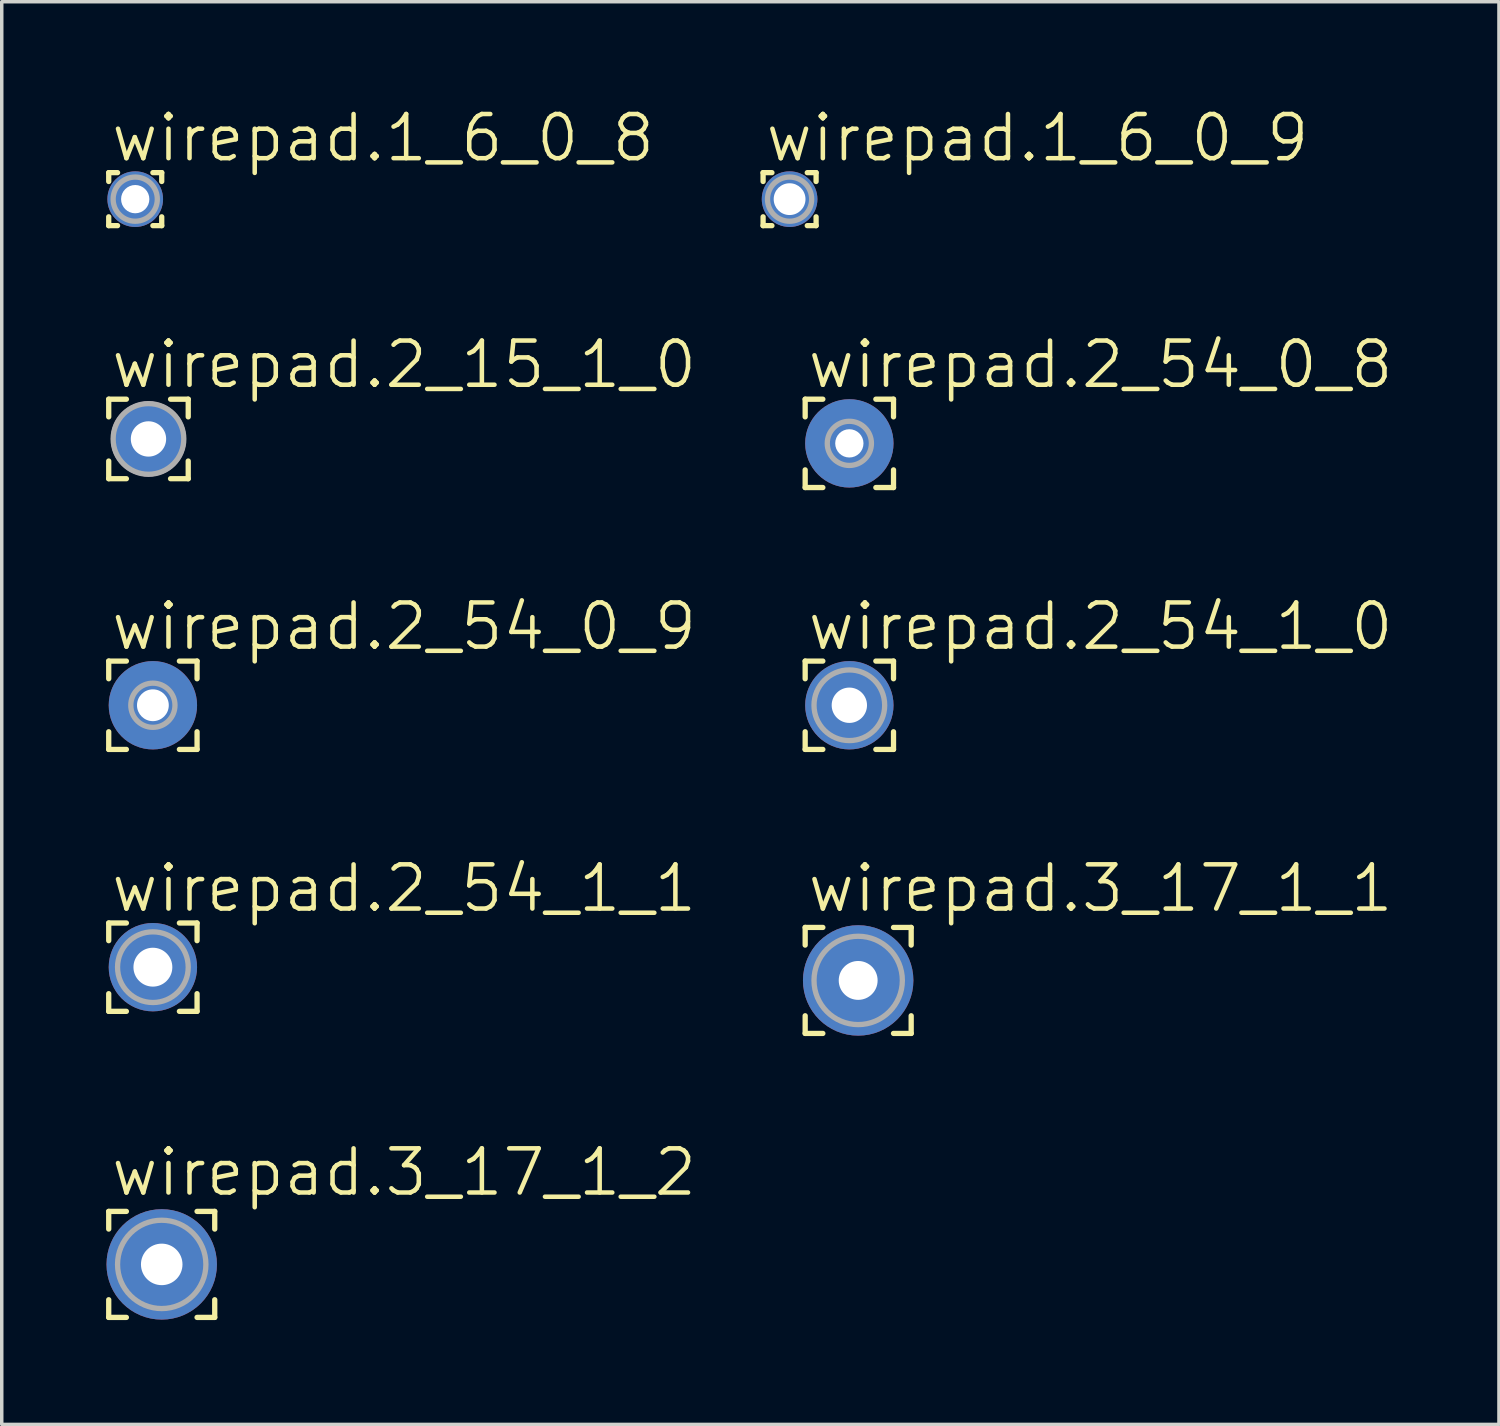
<source format=kicad_pcb>
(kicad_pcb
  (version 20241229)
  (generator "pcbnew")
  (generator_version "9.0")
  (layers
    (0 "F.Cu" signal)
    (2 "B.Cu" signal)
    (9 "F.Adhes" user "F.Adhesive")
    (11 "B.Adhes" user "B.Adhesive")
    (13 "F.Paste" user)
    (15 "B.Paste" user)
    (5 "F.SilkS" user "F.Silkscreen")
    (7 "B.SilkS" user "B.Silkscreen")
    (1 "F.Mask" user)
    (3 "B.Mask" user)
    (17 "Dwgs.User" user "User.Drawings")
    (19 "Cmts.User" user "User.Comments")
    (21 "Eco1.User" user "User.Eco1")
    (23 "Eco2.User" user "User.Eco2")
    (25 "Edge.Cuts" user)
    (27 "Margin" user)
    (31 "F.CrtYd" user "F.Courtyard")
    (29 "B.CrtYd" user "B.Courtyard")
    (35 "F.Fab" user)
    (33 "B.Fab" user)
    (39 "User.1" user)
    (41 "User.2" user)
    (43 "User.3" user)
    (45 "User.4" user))
  (footprint "wirepad.3_17_1_1"
    (layer "F.Cu")
    (at 21.625 25.14)
    (property "Reference" "wirepad.3_17_1_1" (at -1.524 -1.905 0) (layer "F.SilkS") (effects (font (size 1.27 1.27) (thickness 0.13)) (justify left bottom)))
    (attr through_hole)
    (fp_line (start -1.524 -1.524) (end -1.016 -1.524) (stroke (width 0.152) (type default)) (layer "F.SilkS"))
    (fp_line (start -1.524 -1.016) (end -1.524 -1.524) (stroke (width 0.152) (type default)) (layer "F.SilkS"))
    (fp_line (start -1.524 1.524) (end -1.524 1.016) (stroke (width 0.152) (type default)) (layer "F.SilkS"))
    (fp_line (start -1.016 1.524) (end -1.524 1.524) (stroke (width 0.152) (type default)) (layer "F.SilkS"))
    (fp_line (start 1.016 -1.524) (end 1.524 -1.524) (stroke (width 0.152) (type default)) (layer "F.SilkS"))
    (fp_line (start 1.524 -1.524) (end 1.524 -1.016) (stroke (width 0.152) (type default)) (layer "F.SilkS"))
    (fp_line (start 1.524 1.016) (end 1.524 1.524) (stroke (width 0.152) (type default)) (layer "F.SilkS"))
    (fp_line (start 1.524 1.524) (end 1.016 1.524) (stroke (width 0.152) (type default)) (layer "F.SilkS"))
    (fp_circle (center 0 0) (end 1.27 0) (stroke (width 0.152) (type default)) (fill no) (layer "F.Fab"))
    (pad "1" thru_hole circle (at 0 0) (size 3.175 3.175) (drill 1.118) (layers "*.Cu" "*.Mask")))
  (footprint "wirepad.1_6_0_9"
    (layer "F.Cu")
    (at 19.653 2.676)
    (property "Reference" "wirepad.1_6_0_9" (at -0.762 -1.016 0) (layer "F.SilkS") (effects (font (size 1.27 1.27) (thickness 0.13)) (justify left bottom)))
    (attr through_hole)
    (fp_line (start -0.762 -0.762) (end -0.762 -0.508) (stroke (width 0.152) (type default)) (layer "F.SilkS"))
    (fp_line (start -0.762 0.508) (end -0.762 0.762) (stroke (width 0.152) (type default)) (layer "F.SilkS"))
    (fp_line (start -0.762 0.762) (end -0.508 0.762) (stroke (width 0.152) (type default)) (layer "F.SilkS"))
    (fp_line (start -0.508 -0.762) (end -0.762 -0.762) (stroke (width 0.152) (type default)) (layer "F.SilkS"))
    (fp_line (start 0.508 0.762) (end 0.762 0.762) (stroke (width 0.152) (type default)) (layer "F.SilkS"))
    (fp_line (start 0.762 -0.762) (end 0.508 -0.762) (stroke (width 0.152) (type default)) (layer "F.SilkS"))
    (fp_line (start 0.762 -0.508) (end 0.762 -0.762) (stroke (width 0.152) (type default)) (layer "F.SilkS"))
    (fp_line (start 0.762 0.762) (end 0.762 0.508) (stroke (width 0.152) (type default)) (layer "F.SilkS"))
    (fp_circle (center 0 0) (end 0.635 0) (stroke (width 0.152) (type default)) (fill no) (layer "F.Fab"))
    (pad "1" thru_hole circle (at 0 0) (size 1.6 1.6) (drill 0.914) (layers "*.Cu" "*.Mask")))
  (footprint "wirepad.2_54_1_1"
    (layer "F.Cu")
    (at 1.346 24.759)
    (property "Reference" "wirepad.2_54_1_1" (at -1.27 -1.524 0) (layer "F.SilkS") (effects (font (size 1.27 1.27) (thickness 0.13)) (justify left bottom)))
    (attr through_hole)
    (fp_line (start -1.27 -1.27) (end -1.27 -0.762) (stroke (width 0.152) (type default)) (layer "F.SilkS"))
    (fp_line (start -1.27 -1.27) (end -0.762 -1.27) (stroke (width 0.152) (type default)) (layer "F.SilkS"))
    (fp_line (start -1.27 1.27) (end -1.27 0.762) (stroke (width 0.152) (type default)) (layer "F.SilkS"))
    (fp_line (start -1.27 1.27) (end -0.762 1.27) (stroke (width 0.152) (type default)) (layer "F.SilkS"))
    (fp_line (start 1.27 -1.27) (end 0.762 -1.27) (stroke (width 0.152) (type default)) (layer "F.SilkS"))
    (fp_line (start 1.27 -1.27) (end 1.27 -0.762) (stroke (width 0.152) (type default)) (layer "F.SilkS"))
    (fp_line (start 1.27 1.27) (end 0.762 1.27) (stroke (width 0.152) (type default)) (layer "F.SilkS"))
    (fp_line (start 1.27 1.27) (end 1.27 0.762) (stroke (width 0.152) (type default)) (layer "F.SilkS"))
    (fp_circle (center 0 0) (end 1.016 0) (stroke (width 0.152) (type default)) (fill no) (layer "F.Fab"))
    (pad "1" thru_hole circle (at 0 0) (size 2.54 2.54) (drill 1.118) (layers "*.Cu" "*.Mask")))
  (footprint "wirepad.2_15_1_0"
    (layer "F.Cu")
    (at 1.219 9.571)
    (property "Reference" "wirepad.2_15_1_0" (at -1.143 -1.397 0) (layer "F.SilkS") (effects (font (size 1.27 1.27) (thickness 0.13)) (justify left bottom)))
    (attr through_hole)
    (fp_line (start -1.143 -1.143) (end -1.143 -0.635) (stroke (width 0.152) (type default)) (layer "F.SilkS"))
    (fp_line (start -1.143 0.635) (end -1.143 1.143) (stroke (width 0.152) (type default)) (layer "F.SilkS"))
    (fp_line (start -1.143 1.143) (end -0.635 1.143) (stroke (width 0.152) (type default)) (layer "F.SilkS"))
    (fp_line (start -0.635 -1.143) (end -1.143 -1.143) (stroke (width 0.152) (type default)) (layer "F.SilkS"))
    (fp_line (start 1.143 -1.143) (end 0.635 -1.143) (stroke (width 0.152) (type default)) (layer "F.SilkS"))
    (fp_line (start 1.143 -0.635) (end 1.143 -1.143) (stroke (width 0.152) (type default)) (layer "F.SilkS"))
    (fp_line (start 1.143 1.143) (end 0.635 1.143) (stroke (width 0.152) (type default)) (layer "F.SilkS"))
    (fp_line (start 1.143 1.143) (end 1.143 0.635) (stroke (width 0.152) (type default)) (layer "F.SilkS"))
    (fp_circle (center 0 0) (end 1.016 0) (stroke (width 0.152) (type default)) (fill no) (layer "F.Fab"))
    (pad "1" thru_hole circle (at 0 0) (size 2.159 2.159) (drill 1.016) (layers "*.Cu" "*.Mask")))
  (footprint "wirepad.2_54_0_9"
    (layer "F.Cu")
    (at 1.346 17.228)
    (property "Reference" "wirepad.2_54_0_9" (at -1.27 -1.524 0) (layer "F.SilkS") (effects (font (size 1.27 1.27) (thickness 0.13)) (justify left bottom)))
    (attr through_hole)
    (fp_line (start -1.27 -1.27) (end -1.27 -0.762) (stroke (width 0.152) (type default)) (layer "F.SilkS"))
    (fp_line (start -1.27 -1.27) (end -0.762 -1.27) (stroke (width 0.152) (type default)) (layer "F.SilkS"))
    (fp_line (start -1.27 1.27) (end -1.27 0.762) (stroke (width 0.152) (type default)) (layer "F.SilkS"))
    (fp_line (start -0.762 1.27) (end -1.27 1.27) (stroke (width 0.152) (type default)) (layer "F.SilkS"))
    (fp_line (start 1.27 -1.27) (end 0.762 -1.27) (stroke (width 0.152) (type default)) (layer "F.SilkS"))
    (fp_line (start 1.27 -1.27) (end 1.27 -0.762) (stroke (width 0.152) (type default)) (layer "F.SilkS"))
    (fp_line (start 1.27 0.762) (end 1.27 1.27) (stroke (width 0.152) (type default)) (layer "F.SilkS"))
    (fp_line (start 1.27 1.27) (end 0.762 1.27) (stroke (width 0.152) (type default)) (layer "F.SilkS"))
    (fp_circle (center 0 0) (end 0.635 0) (stroke (width 0.152) (type default)) (fill no) (layer "F.Fab"))
    (pad "1" thru_hole circle (at 0 0) (size 2.54 2.54) (drill 0.914) (layers "*.Cu" "*.Mask")))
  (footprint "wirepad.3_17_1_2"
    (layer "F.Cu")
    (at 1.6 33.305)
    (property "Reference" "wirepad.3_17_1_2" (at -1.524 -1.905 0) (layer "F.SilkS") (effects (font (size 1.27 1.27) (thickness 0.13)) (justify left bottom)))
    (attr through_hole)
    (fp_line (start -1.524 -1.524) (end -1.016 -1.524) (stroke (width 0.152) (type default)) (layer "F.SilkS"))
    (fp_line (start -1.524 -1.016) (end -1.524 -1.524) (stroke (width 0.152) (type default)) (layer "F.SilkS"))
    (fp_line (start -1.524 1.524) (end -1.524 1.016) (stroke (width 0.152) (type default)) (layer "F.SilkS"))
    (fp_line (start -1.016 1.524) (end -1.524 1.524) (stroke (width 0.152) (type default)) (layer "F.SilkS"))
    (fp_line (start 1.016 -1.524) (end 1.524 -1.524) (stroke (width 0.152) (type default)) (layer "F.SilkS"))
    (fp_line (start 1.524 -1.524) (end 1.524 -1.016) (stroke (width 0.152) (type default)) (layer "F.SilkS"))
    (fp_line (start 1.524 1.016) (end 1.524 1.524) (stroke (width 0.152) (type default)) (layer "F.SilkS"))
    (fp_line (start 1.524 1.524) (end 1.016 1.524) (stroke (width 0.152) (type default)) (layer "F.SilkS"))
    (fp_circle (center 0 0) (end 1.27 0) (stroke (width 0.152) (type default)) (fill no) (layer "F.Fab"))
    (pad "1" thru_hole circle (at 0 0) (size 3.175 3.175) (drill 1.194) (layers "*.Cu" "*.Mask")))
  (footprint "wirepad.1_6_0_8"
    (layer "F.Cu")
    (at 0.838 2.676)
    (property "Reference" "wirepad.1_6_0_8" (at -0.762 -1.016 0) (layer "F.SilkS") (effects (font (size 1.27 1.27) (thickness 0.13)) (justify left bottom)))
    (attr through_hole)
    (fp_line (start -0.762 -0.762) (end -0.762 -0.508) (stroke (width 0.152) (type default)) (layer "F.SilkS"))
    (fp_line (start -0.762 -0.762) (end -0.508 -0.762) (stroke (width 0.152) (type default)) (layer "F.SilkS"))
    (fp_line (start -0.762 0.762) (end -0.762 0.508) (stroke (width 0.152) (type default)) (layer "F.SilkS"))
    (fp_line (start -0.508 0.762) (end -0.762 0.762) (stroke (width 0.152) (type default)) (layer "F.SilkS"))
    (fp_line (start 0.762 -0.762) (end 0.508 -0.762) (stroke (width 0.152) (type default)) (layer "F.SilkS"))
    (fp_line (start 0.762 -0.762) (end 0.762 -0.508) (stroke (width 0.152) (type default)) (layer "F.SilkS"))
    (fp_line (start 0.762 0.508) (end 0.762 0.762) (stroke (width 0.152) (type default)) (layer "F.SilkS"))
    (fp_line (start 0.762 0.762) (end 0.508 0.762) (stroke (width 0.152) (type default)) (layer "F.SilkS"))
    (fp_circle (center 0 0) (end 0.635 0) (stroke (width 0.152) (type default)) (fill no) (layer "F.Fab"))
    (pad "1" thru_hole circle (at 0 0) (size 1.6 1.6) (drill 0.813) (layers "*.Cu" "*.Mask")))
  (footprint "wirepad.2_54_0_8"
    (layer "F.Cu")
    (at 21.371 9.698)
    (property "Reference" "wirepad.2_54_0_8" (at -1.27 -1.524 0) (layer "F.SilkS") (effects (font (size 1.27 1.27) (thickness 0.13)) (justify left bottom)))
    (attr through_hole)
    (fp_line (start -1.27 -1.27) (end -1.27 -0.762) (stroke (width 0.152) (type default)) (layer "F.SilkS"))
    (fp_line (start -1.27 -1.27) (end -0.762 -1.27) (stroke (width 0.152) (type default)) (layer "F.SilkS"))
    (fp_line (start -1.27 1.27) (end -1.27 0.762) (stroke (width 0.152) (type default)) (layer "F.SilkS"))
    (fp_line (start -0.762 1.27) (end -1.27 1.27) (stroke (width 0.152) (type default)) (layer "F.SilkS"))
    (fp_line (start 1.27 -1.27) (end 0.762 -1.27) (stroke (width 0.152) (type default)) (layer "F.SilkS"))
    (fp_line (start 1.27 -1.27) (end 1.27 -0.762) (stroke (width 0.152) (type default)) (layer "F.SilkS"))
    (fp_line (start 1.27 0.762) (end 1.27 1.27) (stroke (width 0.152) (type default)) (layer "F.SilkS"))
    (fp_line (start 1.27 1.27) (end 0.762 1.27) (stroke (width 0.152) (type default)) (layer "F.SilkS"))
    (fp_circle (center 0 0) (end 0.635 0) (stroke (width 0.152) (type default)) (fill no) (layer "F.Fab"))
    (pad "1" thru_hole circle (at 0 0) (size 2.54 2.54) (drill 0.813) (layers "*.Cu" "*.Mask")))
  (footprint "wirepad.2_54_1_0"
    (layer "F.Cu")
    (at 21.371 17.228)
    (property "Reference" "wirepad.2_54_1_0" (at -1.27 -1.524 0) (layer "F.SilkS") (effects (font (size 1.27 1.27) (thickness 0.13)) (justify left bottom)))
    (attr through_hole)
    (fp_line (start -1.27 -1.27) (end -1.27 -0.762) (stroke (width 0.152) (type default)) (layer "F.SilkS"))
    (fp_line (start -1.27 -1.27) (end -0.762 -1.27) (stroke (width 0.152) (type default)) (layer "F.SilkS"))
    (fp_line (start -1.27 1.27) (end -1.27 0.762) (stroke (width 0.152) (type default)) (layer "F.SilkS"))
    (fp_line (start -1.27 1.27) (end -0.762 1.27) (stroke (width 0.152) (type default)) (layer "F.SilkS"))
    (fp_line (start 0.762 1.27) (end 1.27 1.27) (stroke (width 0.152) (type default)) (layer "F.SilkS"))
    (fp_line (start 1.27 -1.27) (end 0.762 -1.27) (stroke (width 0.152) (type default)) (layer "F.SilkS"))
    (fp_line (start 1.27 -1.27) (end 1.27 -0.762) (stroke (width 0.152) (type default)) (layer "F.SilkS"))
    (fp_line (start 1.27 1.27) (end 1.27 0.762) (stroke (width 0.152) (type default)) (layer "F.SilkS"))
    (fp_circle (center 0 0) (end 1.016 0) (stroke (width 0.152) (type default)) (fill no) (layer "F.Fab"))
    (pad "1" thru_hole circle (at 0 0) (size 2.54 2.54) (drill 1.016) (layers "*.Cu" "*.Mask")))
  (gr_rect
    (start -3 -3)
    (end 40.049 37.905)
    (stroke (width 0.1) (type default))
    (fill no)
    (layer "Edge.Cuts")))
</source>
